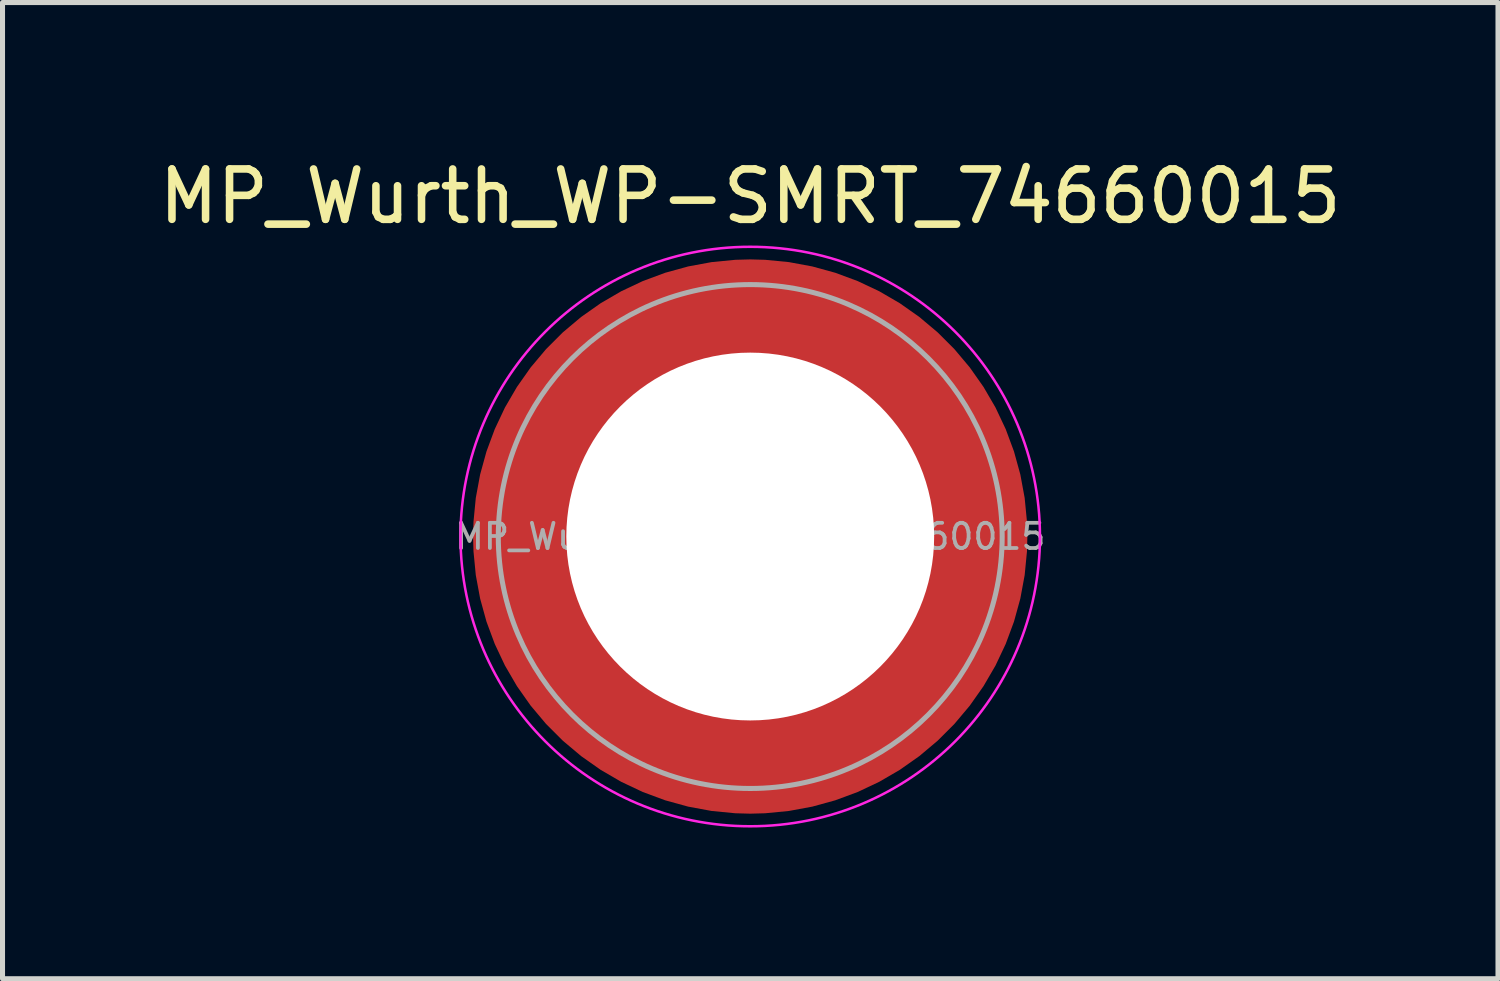
<source format=kicad_pcb>
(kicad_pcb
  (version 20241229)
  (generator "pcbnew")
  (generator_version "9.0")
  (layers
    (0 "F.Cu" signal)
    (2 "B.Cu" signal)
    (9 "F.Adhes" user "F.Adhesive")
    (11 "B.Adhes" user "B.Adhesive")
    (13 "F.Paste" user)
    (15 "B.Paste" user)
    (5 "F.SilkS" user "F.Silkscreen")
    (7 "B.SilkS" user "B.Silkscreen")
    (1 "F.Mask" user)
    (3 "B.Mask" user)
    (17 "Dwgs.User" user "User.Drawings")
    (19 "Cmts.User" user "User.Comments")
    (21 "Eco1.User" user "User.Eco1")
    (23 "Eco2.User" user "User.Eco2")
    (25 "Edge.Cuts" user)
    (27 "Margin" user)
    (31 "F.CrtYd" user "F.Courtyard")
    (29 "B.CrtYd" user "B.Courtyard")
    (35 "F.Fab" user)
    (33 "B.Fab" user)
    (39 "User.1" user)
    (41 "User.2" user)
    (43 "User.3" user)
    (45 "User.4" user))
  (footprint "MP_Wurth_WP-SMRT_74660015"
    (layer "F.Cu")
    (at 11.839 7.598)
    (property "Reference" "MP_Wurth_WP-SMRT_74660015" (at 0 -6.75 0) (unlocked yes) (layer "F.SilkS") (effects (font (size 1 1) (thickness 0.15))))
    (attr smd)
    (fp_poly (pts (xy -5.374 0.495) (xy -3.712 0.495) (xy -3.706 0.54) (xy -3.698 0.587) (xy -3.679 0.701) (xy -3.666 0.761) (xy -3.645 0.859) (xy -3.621 0.955) (xy -3.581 1.094) (xy -3.554 1.179) (xy -3.525 1.264) (xy -3.486 1.367) (xy -3.442 1.474) (xy -3.404 1.559) (xy -3.355 1.665) (xy -3.317 1.739) (xy -3.28 1.807) (xy -3.239 1.881) (xy -3.202 1.943) (xy -3.15 2.025) (xy -3.1 2.1) (xy -3.057 2.164) (xy -3.009 2.228) (xy -3.009 2.228) (xy -2.974 2.277) (xy -2.928 2.336) (xy -2.881 2.392) (xy -2.832 2.451) (xy -2.781 2.507) (xy -2.735 2.559) (xy -2.685 2.61) (xy -2.629 2.665) (xy -2.563 2.731) (xy -2.498 2.789) (xy -2.431 2.849) (xy -2.363 2.905) (xy -2.295 2.96) (xy -2.249 2.994) (xy -2.184 3.042) (xy -2.075 3.118) (xy -2.005 3.162) (xy -2.005 3.162) (xy -1.946 3.201) (xy -1.869 3.245) (xy -1.752 3.31) (xy -1.596 3.386) (xy -1.406 3.472) (xy -1.17 3.557) (xy -0.924 3.63) (xy -0.71 3.677) (xy -0.614 3.694) (xy -0.495 3.712) (xy -0.495 5.381) (xy -0.527 5.38) (xy -0.528 5.38) (xy -0.578 5.374) (xy -0.634 5.367) (xy -0.685 5.361) (xy -0.739 5.354) (xy -0.785 5.348) (xy -0.785 5.348) (xy -0.962 5.318) (xy -0.962 5.318) (xy -1.127 5.286) (xy -1.127 5.286) (xy -1.266 5.254) (xy -1.41 5.218) (xy -1.41 5.218) (xy -1.523 5.186) (xy -1.524 5.186) (xy -1.769 5.107) (xy -1.769 5.107) (xy -1.878 5.068) (xy -1.979 5.03) (xy -1.979 5.03) (xy -2.095 4.983) (xy -2.095 4.983) (xy -2.19 4.94) (xy -2.304 4.891) (xy -2.304 4.89) (xy -2.592 4.743) (xy -2.593 4.743) (xy -2.748 4.652) (xy -2.902 4.559) (xy -2.902 4.559) (xy -3.098 4.43) (xy -3.098 4.43) (xy -3.513 4.104) (xy -3.513 4.104) (xy -3.72 3.923) (xy -3.721 3.922) (xy -4.008 3.627) (xy -4.008 3.627) (xy -4.192 3.411) (xy -4.192 3.411) (xy -4.38 3.172) (xy -4.38 3.172) (xy -4.602 2.839) (xy -4.602 2.838) (xy -4.778 2.531) (xy -4.778 2.531) (xy -4.905 2.271) (xy -4.906 2.271) (xy -5.048 1.942) (xy -5.048 1.942) (xy -5.146 1.662) (xy -5.146 1.661) (xy -5.221 1.405) (xy -5.221 1.405) (xy -5.263 1.233) (xy -5.263 1.233) (xy -5.292 1.1) (xy -5.292 1.1) (xy -5.322 0.945) (xy -5.343 0.834) (xy -5.343 0.834) (xy -5.355 0.725) (xy -5.371 0.616) (xy -5.371 0.615) (xy -5.378 0.537) (xy -5.383 0.49)) (stroke (width 0) (type default)) (fill yes) (layer "F.Paste"))
    (fp_poly (pts (xy -0.495 -5.374) (xy -0.495 -3.712) (xy -0.54 -3.706) (xy -0.587 -3.698) (xy -0.701 -3.679) (xy -0.761 -3.666) (xy -0.859 -3.645) (xy -0.955 -3.621) (xy -1.094 -3.581) (xy -1.179 -3.554) (xy -1.264 -3.525) (xy -1.367 -3.486) (xy -1.474 -3.442) (xy -1.559 -3.404) (xy -1.665 -3.355) (xy -1.739 -3.317) (xy -1.807 -3.28) (xy -1.881 -3.239) (xy -1.943 -3.202) (xy -2.025 -3.15) (xy -2.1 -3.1) (xy -2.164 -3.057) (xy -2.228 -3.009) (xy -2.228 -3.009) (xy -2.277 -2.974) (xy -2.336 -2.928) (xy -2.392 -2.881) (xy -2.451 -2.832) (xy -2.507 -2.781) (xy -2.559 -2.735) (xy -2.61 -2.685) (xy -2.665 -2.629) (xy -2.731 -2.563) (xy -2.789 -2.498) (xy -2.849 -2.431) (xy -2.905 -2.363) (xy -2.96 -2.295) (xy -2.994 -2.249) (xy -3.042 -2.184) (xy -3.118 -2.075) (xy -3.162 -2.005) (xy -3.162 -2.005) (xy -3.201 -1.946) (xy -3.245 -1.869) (xy -3.31 -1.752) (xy -3.386 -1.596) (xy -3.472 -1.406) (xy -3.557 -1.17) (xy -3.63 -0.924) (xy -3.677 -0.71) (xy -3.694 -0.614) (xy -3.712 -0.495) (xy -5.381 -0.495) (xy -5.38 -0.527) (xy -5.38 -0.528) (xy -5.374 -0.578) (xy -5.367 -0.634) (xy -5.361 -0.685) (xy -5.354 -0.739) (xy -5.348 -0.785) (xy -5.348 -0.785) (xy -5.318 -0.962) (xy -5.318 -0.962) (xy -5.286 -1.127) (xy -5.286 -1.127) (xy -5.254 -1.266) (xy -5.218 -1.41) (xy -5.218 -1.41) (xy -5.186 -1.523) (xy -5.186 -1.524) (xy -5.107 -1.769) (xy -5.107 -1.769) (xy -5.068 -1.878) (xy -5.03 -1.979) (xy -5.03 -1.979) (xy -4.983 -2.095) (xy -4.983 -2.095) (xy -4.94 -2.19) (xy -4.891 -2.304) (xy -4.89 -2.304) (xy -4.743 -2.592) (xy -4.743 -2.593) (xy -4.652 -2.748) (xy -4.559 -2.902) (xy -4.559 -2.902) (xy -4.43 -3.098) (xy -4.43 -3.098) (xy -4.104 -3.513) (xy -4.104 -3.513) (xy -3.923 -3.72) (xy -3.922 -3.721) (xy -3.627 -4.008) (xy -3.627 -4.008) (xy -3.411 -4.192) (xy -3.411 -4.192) (xy -3.172 -4.38) (xy -3.172 -4.38) (xy -2.839 -4.602) (xy -2.838 -4.602) (xy -2.531 -4.778) (xy -2.531 -4.778) (xy -2.271 -4.905) (xy -2.271 -4.906) (xy -1.942 -5.048) (xy -1.942 -5.048) (xy -1.662 -5.146) (xy -1.661 -5.146) (xy -1.405 -5.221) (xy -1.405 -5.221) (xy -1.233 -5.263) (xy -1.233 -5.263) (xy -1.1 -5.292) (xy -1.1 -5.292) (xy -0.945 -5.322) (xy -0.834 -5.343) (xy -0.834 -5.343) (xy -0.725 -5.355) (xy -0.616 -5.371) (xy -0.615 -5.371) (xy -0.537 -5.378) (xy -0.49 -5.383)) (stroke (width 0) (type default)) (fill yes) (layer "F.Paste"))
    (fp_poly (pts (xy 0.527 -5.38) (xy 0.528 -5.38) (xy 0.578 -5.374) (xy 0.634 -5.367) (xy 0.685 -5.361) (xy 0.739 -5.354) (xy 0.785 -5.348) (xy 0.785 -5.348) (xy 0.962 -5.318) (xy 0.962 -5.318) (xy 1.127 -5.286) (xy 1.127 -5.286) (xy 1.266 -5.254) (xy 1.41 -5.218) (xy 1.41 -5.218) (xy 1.523 -5.186) (xy 1.524 -5.186) (xy 1.769 -5.107) (xy 1.769 -5.107) (xy 1.878 -5.068) (xy 1.979 -5.03) (xy 1.979 -5.03) (xy 2.095 -4.983) (xy 2.095 -4.983) (xy 2.19 -4.94) (xy 2.304 -4.891) (xy 2.304 -4.89) (xy 2.592 -4.743) (xy 2.593 -4.743) (xy 2.748 -4.652) (xy 2.902 -4.559) (xy 2.902 -4.559) (xy 3.098 -4.43) (xy 3.098 -4.43) (xy 3.513 -4.104) (xy 3.513 -4.104) (xy 3.72 -3.923) (xy 3.721 -3.922) (xy 4.008 -3.627) (xy 4.008 -3.627) (xy 4.192 -3.411) (xy 4.192 -3.411) (xy 4.38 -3.172) (xy 4.38 -3.172) (xy 4.602 -2.839) (xy 4.602 -2.838) (xy 4.778 -2.531) (xy 4.778 -2.531) (xy 4.905 -2.271) (xy 4.906 -2.271) (xy 5.048 -1.942) (xy 5.048 -1.942) (xy 5.146 -1.662) (xy 5.146 -1.661) (xy 5.221 -1.405) (xy 5.221 -1.405) (xy 5.263 -1.233) (xy 5.263 -1.233) (xy 5.292 -1.1) (xy 5.292 -1.1) (xy 5.322 -0.945) (xy 5.343 -0.834) (xy 5.343 -0.834) (xy 5.355 -0.725) (xy 5.371 -0.616) (xy 5.371 -0.615) (xy 5.378 -0.537) (xy 5.383 -0.49) (xy 5.374 -0.495) (xy 3.712 -0.495) (xy 3.706 -0.54) (xy 3.698 -0.587) (xy 3.679 -0.701) (xy 3.666 -0.761) (xy 3.645 -0.859) (xy 3.621 -0.955) (xy 3.581 -1.094) (xy 3.554 -1.179) (xy 3.525 -1.264) (xy 3.486 -1.367) (xy 3.442 -1.474) (xy 3.404 -1.559) (xy 3.355 -1.665) (xy 3.317 -1.739) (xy 3.28 -1.807) (xy 3.239 -1.881) (xy 3.202 -1.943) (xy 3.15 -2.025) (xy 3.1 -2.1) (xy 3.057 -2.164) (xy 3.009 -2.228) (xy 3.009 -2.228) (xy 2.974 -2.277) (xy 2.928 -2.336) (xy 2.881 -2.392) (xy 2.832 -2.451) (xy 2.781 -2.507) (xy 2.735 -2.559) (xy 2.685 -2.61) (xy 2.629 -2.665) (xy 2.563 -2.731) (xy 2.498 -2.789) (xy 2.431 -2.849) (xy 2.363 -2.905) (xy 2.295 -2.96) (xy 2.249 -2.994) (xy 2.184 -3.042) (xy 2.075 -3.118) (xy 2.005 -3.162) (xy 2.005 -3.162) (xy 1.946 -3.201) (xy 1.869 -3.245) (xy 1.752 -3.31) (xy 1.596 -3.386) (xy 1.406 -3.472) (xy 1.17 -3.557) (xy 0.924 -3.63) (xy 0.71 -3.677) (xy 0.614 -3.694) (xy 0.495 -3.712) (xy 0.495 -5.381)) (stroke (width 0) (type default)) (fill yes) (layer "F.Paste"))
    (fp_poly (pts (xy 5.38 0.527) (xy 5.38 0.528) (xy 5.374 0.578) (xy 5.367 0.634) (xy 5.361 0.685) (xy 5.354 0.739) (xy 5.348 0.785) (xy 5.348 0.785) (xy 5.318 0.962) (xy 5.318 0.962) (xy 5.286 1.127) (xy 5.286 1.127) (xy 5.254 1.266) (xy 5.218 1.41) (xy 5.218 1.41) (xy 5.186 1.523) (xy 5.186 1.524) (xy 5.107 1.769) (xy 5.107 1.769) (xy 5.068 1.878) (xy 5.03 1.979) (xy 5.03 1.979) (xy 4.983 2.095) (xy 4.983 2.095) (xy 4.94 2.19) (xy 4.891 2.304) (xy 4.89 2.304) (xy 4.743 2.592) (xy 4.743 2.593) (xy 4.652 2.748) (xy 4.559 2.902) (xy 4.559 2.902) (xy 4.43 3.098) (xy 4.43 3.098) (xy 4.104 3.513) (xy 4.104 3.513) (xy 3.923 3.72) (xy 3.922 3.721) (xy 3.627 4.008) (xy 3.627 4.008) (xy 3.411 4.192) (xy 3.411 4.192) (xy 3.172 4.38) (xy 3.172 4.38) (xy 2.839 4.602) (xy 2.838 4.602) (xy 2.531 4.778) (xy 2.531 4.778) (xy 2.271 4.905) (xy 2.271 4.906) (xy 1.942 5.048) (xy 1.942 5.048) (xy 1.662 5.146) (xy 1.661 5.146) (xy 1.405 5.221) (xy 1.405 5.221) (xy 1.233 5.263) (xy 1.233 5.263) (xy 1.1 5.292) (xy 1.1 5.292) (xy 0.945 5.322) (xy 0.834 5.343) (xy 0.834 5.343) (xy 0.725 5.355) (xy 0.616 5.371) (xy 0.615 5.371) (xy 0.537 5.378) (xy 0.49 5.383) (xy 0.495 5.374) (xy 0.495 3.712) (xy 0.54 3.706) (xy 0.587 3.698) (xy 0.701 3.679) (xy 0.761 3.666) (xy 0.859 3.645) (xy 0.955 3.621) (xy 1.094 3.581) (xy 1.179 3.554) (xy 1.264 3.525) (xy 1.367 3.486) (xy 1.474 3.442) (xy 1.559 3.404) (xy 1.665 3.355) (xy 1.739 3.317) (xy 1.807 3.28) (xy 1.881 3.239) (xy 1.943 3.202) (xy 2.025 3.15) (xy 2.1 3.1) (xy 2.164 3.057) (xy 2.228 3.009) (xy 2.228 3.009) (xy 2.277 2.974) (xy 2.336 2.928) (xy 2.392 2.881) (xy 2.451 2.832) (xy 2.507 2.781) (xy 2.559 2.735) (xy 2.61 2.685) (xy 2.665 2.629) (xy 2.731 2.563) (xy 2.789 2.498) (xy 2.849 2.431) (xy 2.905 2.363) (xy 2.96 2.295) (xy 2.994 2.249) (xy 3.042 2.184) (xy 3.118 2.075) (xy 3.162 2.005) (xy 3.162 2.005) (xy 3.201 1.946) (xy 3.245 1.869) (xy 3.31 1.752) (xy 3.386 1.596) (xy 3.472 1.406) (xy 3.557 1.17) (xy 3.63 0.924) (xy 3.677 0.71) (xy 3.694 0.614) (xy 3.712 0.495) (xy 5.381 0.495)) (stroke (width 0) (type default)) (fill yes) (layer "F.Paste"))
    (fp_circle (center 0 0) (end 5.75 0) (stroke (width 0.05) (type solid)) (fill no) (layer "F.CrtYd"))
    (fp_circle (center 0 0) (end 5 0) (stroke (width 0.1) (type solid)) (fill no) (layer "F.Fab"))
    (fp_text user "${REFERENCE}" (at 0 0 0) (unlocked yes) (layer "F.Fab") (effects (font (size 0.5 0.5) (thickness 0.075))))
    (pad "" np_thru_hole circle (at 0 0) (size 7.3 7.3) (drill 7.3) (layers "*.Cu" "*.Mask"))
    (pad "1" smd roundrect (at 0 0) (size 11 11) (layers "F.Cu" "F.Mask") (roundrect_rratio 0.5)))
  (gr_rect
    (start -3 -3)
    (end 26.679 16.373)
    (stroke (width 0.1) (type default))
    (fill no)
    (layer "Edge.Cuts")))
</source>
